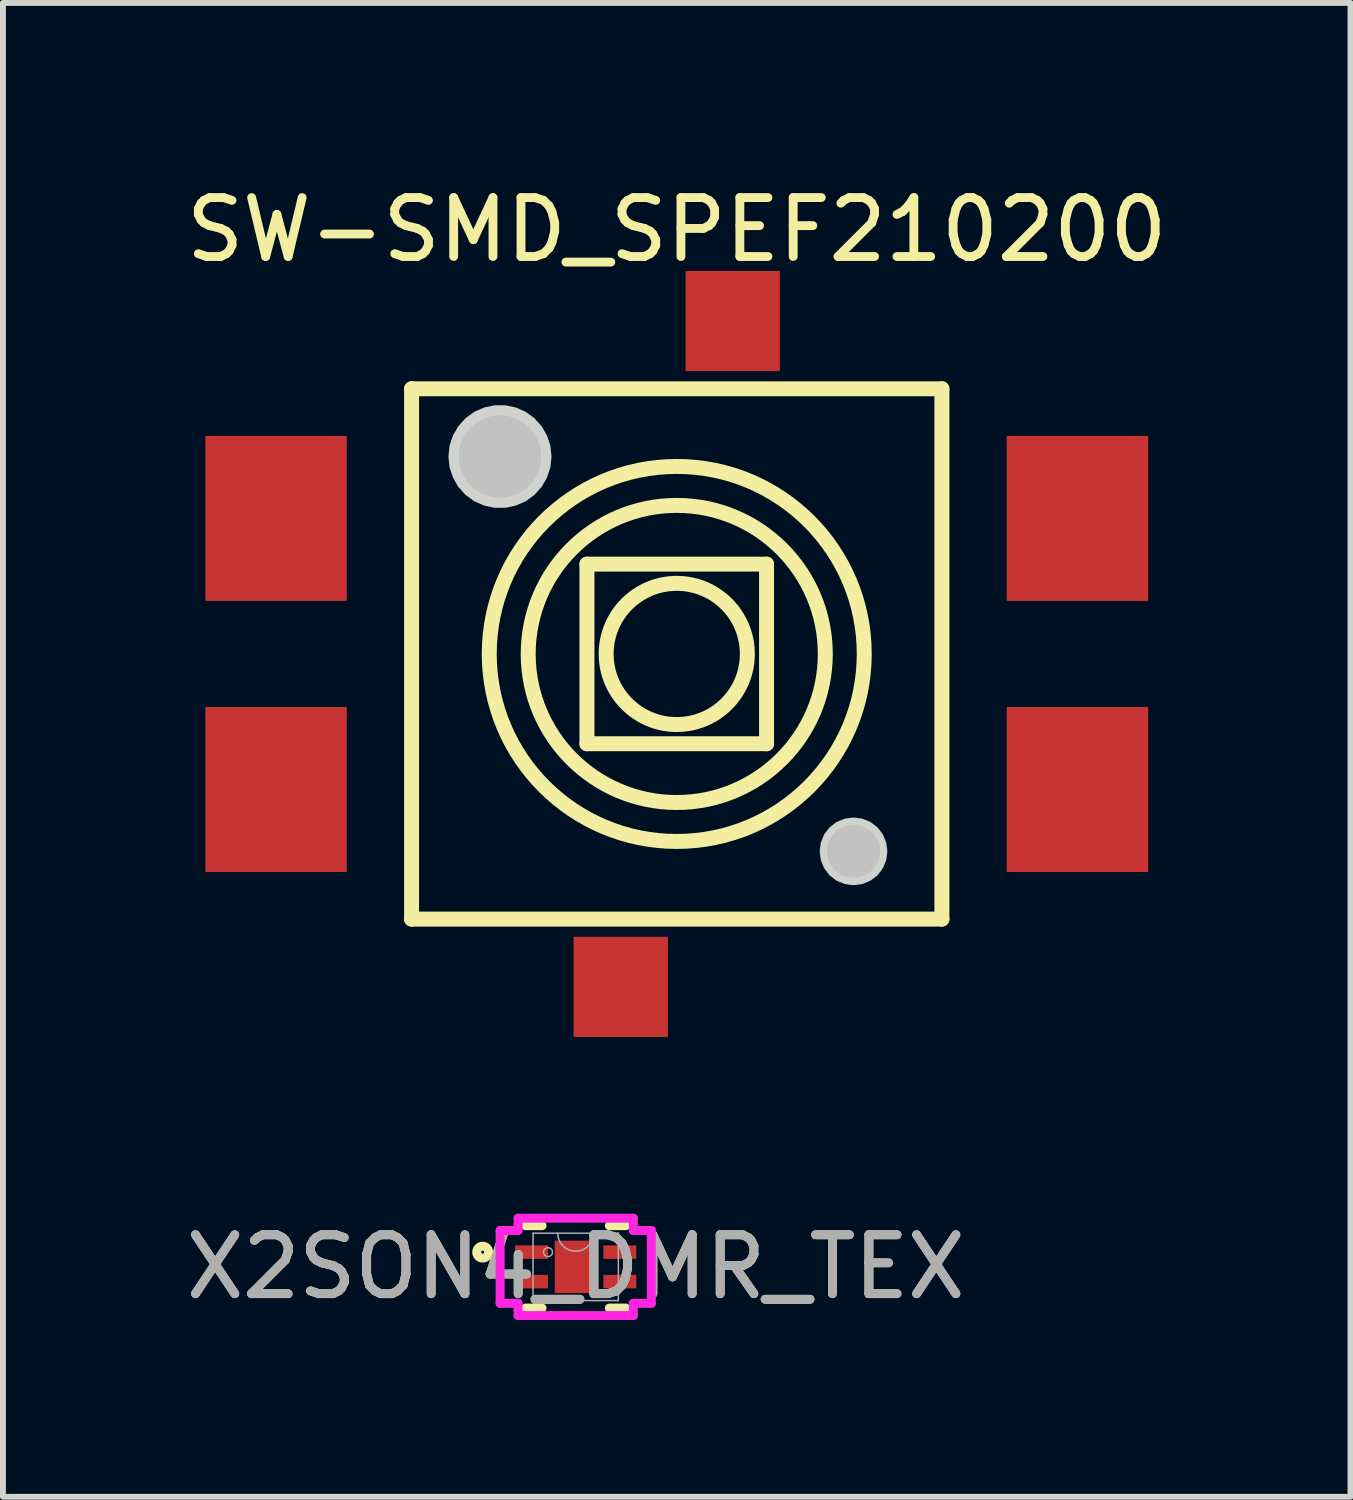
<source format=kicad_pcb>
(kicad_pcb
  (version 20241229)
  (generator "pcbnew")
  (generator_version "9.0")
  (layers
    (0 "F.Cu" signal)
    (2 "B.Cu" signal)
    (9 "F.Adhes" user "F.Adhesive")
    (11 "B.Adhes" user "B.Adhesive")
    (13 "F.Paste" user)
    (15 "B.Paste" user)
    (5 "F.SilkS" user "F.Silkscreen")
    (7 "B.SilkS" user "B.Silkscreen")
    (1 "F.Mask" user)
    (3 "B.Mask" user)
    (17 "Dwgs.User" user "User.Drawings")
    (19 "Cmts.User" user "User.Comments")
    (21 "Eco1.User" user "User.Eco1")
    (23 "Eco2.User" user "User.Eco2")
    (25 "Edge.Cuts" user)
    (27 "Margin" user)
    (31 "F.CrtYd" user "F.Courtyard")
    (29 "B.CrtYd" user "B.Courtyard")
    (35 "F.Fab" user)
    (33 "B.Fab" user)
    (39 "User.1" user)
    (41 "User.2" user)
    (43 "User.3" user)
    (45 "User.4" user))
  (footprint "X2SON4_DMR_TEX"
    (layer "F.Cu")
    (at 6.72 18.45)
    (property "Reference" "X2SON4_DMR_TEX" (at 0 0 0) (unlocked yes) (layer "F.SilkS") (effects (font (size 1 1) (thickness 0.15))))
    (attr smd)
    (fp_line (start -0.851 0.699) (end -0.571 0.699) (stroke (width 0.152) (type solid)) (layer "F.SilkS"))
    (fp_line (start -0.571 -0.699) (end -0.851 -0.699) (stroke (width 0.152) (type solid)) (layer "F.SilkS"))
    (fp_line (start 0.571 0.699) (end 0.851 0.699) (stroke (width 0.152) (type solid)) (layer "F.SilkS"))
    (fp_line (start 0.851 -0.699) (end 0.571 -0.699) (stroke (width 0.152) (type solid)) (layer "F.SilkS"))
    (fp_circle (center -1.579 -0.25) (end -1.478 -0.25) (stroke (width 0.152) (type solid)) (fill no) (layer "F.SilkS"))
    (fp_line (start -1.283 -0.618) (end -0.978 -0.618) (stroke (width 0.152) (type solid)) (layer "F.CrtYd"))
    (fp_line (start -1.283 0.618) (end -1.283 -0.618) (stroke (width 0.152) (type solid)) (layer "F.CrtYd"))
    (fp_line (start -1.283 0.618) (end -0.978 0.618) (stroke (width 0.152) (type solid)) (layer "F.CrtYd"))
    (fp_line (start -0.978 -0.826) (end 0.978 -0.826) (stroke (width 0.152) (type solid)) (layer "F.CrtYd"))
    (fp_line (start -0.978 -0.618) (end -0.978 -0.826) (stroke (width 0.152) (type solid)) (layer "F.CrtYd"))
    (fp_line (start -0.978 0.826) (end -0.978 0.618) (stroke (width 0.152) (type solid)) (layer "F.CrtYd"))
    (fp_line (start 0.978 -0.826) (end 0.978 -0.618) (stroke (width 0.152) (type solid)) (layer "F.CrtYd"))
    (fp_line (start 0.978 0.618) (end 0.978 0.826) (stroke (width 0.152) (type solid)) (layer "F.CrtYd"))
    (fp_line (start 0.978 0.826) (end -0.978 0.826) (stroke (width 0.152) (type solid)) (layer "F.CrtYd"))
    (fp_line (start 1.283 -0.618) (end 0.978 -0.618) (stroke (width 0.152) (type solid)) (layer "F.CrtYd"))
    (fp_line (start 1.283 -0.618) (end 1.283 0.618) (stroke (width 0.152) (type solid)) (layer "F.CrtYd"))
    (fp_line (start 1.283 0.618) (end 0.978 0.618) (stroke (width 0.152) (type solid)) (layer "F.CrtYd"))
    (fp_line (start -0.724 -0.572) (end -0.724 0.572) (stroke (width 0.025) (type solid)) (layer "F.Fab"))
    (fp_line (start -0.724 0.572) (end 0.724 0.572) (stroke (width 0.025) (type solid)) (layer "F.Fab"))
    (fp_line (start 0.724 -0.572) (end -0.724 -0.572) (stroke (width 0.025) (type solid)) (layer "F.Fab"))
    (fp_line (start 0.724 0.572) (end 0.724 -0.572) (stroke (width 0.025) (type solid)) (layer "F.Fab"))
    (fp_arc (start 0.3048 -0.5715) (mid 0 -0.2667) (end -0.3048 -0.5715) (stroke (width 0.0254) (type solid)) (layer "F.Fab"))
    (fp_circle (center -0.47 -0.25) (end -0.394 -0.25) (stroke (width 0.025) (type solid)) (fill no) (layer "F.Fab"))
    (fp_text user "${REFERENCE}" (at 0 0 0) (unlocked yes) (layer "F.Fab") (effects (font (size 1 1) (thickness 0.15))))
    (pad "1" smd rect (at -0.749 -0.25) (size 0.559 0.229) (layers "F.Cu" "F.Mask" "F.Paste"))
    (pad "2" smd rect (at 0.749 -0.25) (size 0.559 0.229) (layers "F.Cu" "F.Mask" "F.Paste"))
    (pad "3" smd rect (at 0.749 0.25) (size 0.559 0.229) (layers "F.Cu" "F.Mask" "F.Paste"))
    (pad "4" smd rect (at -0.749 0.25) (size 0.559 0.229) (layers "F.Cu" "F.Mask" "F.Paste"))
    (pad "5" smd rect (at 0 0) (size 0.711 0.889) (layers "F.Cu" "F.Mask" "F.Paste")))
  (footprint "SW-SMD_SPEF210200"
    (layer "F.Cu")
    (at 8.435 8.048)
    (property "Reference" "SW-SMD_SPEF210200" (at 0 -7.2 0) (layer "F.SilkS") (effects (font (size 1 1) (thickness 0.15))))
    (fp_line (start -4.5 -4.5) (end 4.5 -4.5) (stroke (width 0.254) (type default)) (layer "F.SilkS"))
    (fp_line (start -4.5 4.5) (end -4.5 -4.5) (stroke (width 0.254) (type default)) (layer "F.SilkS"))
    (fp_line (start -1.524 -1.524) (end 1.524 -1.524) (stroke (width 0.254) (type default)) (layer "F.SilkS"))
    (fp_line (start -1.524 1.524) (end -1.524 -1.524) (stroke (width 0.254) (type default)) (layer "F.SilkS"))
    (fp_line (start 1.524 -1.524) (end 1.524 1.524) (stroke (width 0.254) (type default)) (layer "F.SilkS"))
    (fp_line (start 1.524 1.524) (end -1.524 1.524) (stroke (width 0.254) (type default)) (layer "F.SilkS"))
    (fp_line (start 4.5 -4.5) (end 4.5 4.5) (stroke (width 0.254) (type default)) (layer "F.SilkS"))
    (fp_line (start 4.5 4.5) (end -4.5 4.5) (stroke (width 0.254) (type default)) (layer "F.SilkS"))
    (fp_circle (center 0 0) (end 1.198 0) (stroke (width 0.254) (type default)) (fill no) (layer "F.SilkS"))
    (fp_circle (center 0 0) (end 2.521 0) (stroke (width 0.254) (type default)) (fill no) (layer "F.SilkS"))
    (fp_circle (center 0 0) (end 3.182 0) (stroke (width 0.254) (type default)) (fill no) (layer "F.SilkS"))
    (fp_circle (center -3 -3.35) (end -2.65 -3.35) (stroke (width 0.7) (type default)) (fill no) (layer "Dwgs.User"))
    (fp_circle (center 3 3.35) (end 3.225 3.35) (stroke (width 0.45) (type default)) (fill no) (layer "Dwgs.User"))
    (fp_poly (pts (xy 3.575 3.35) (xy 3.555 3.201) (xy 3.498 3.062) (xy 3.407 2.943) (xy 3.288 2.852) (xy 3.149 2.795) (xy 3 2.775) (xy 2.851 2.795) (xy 2.712 2.852) (xy 2.593 2.943) (xy 2.502 3.062) (xy 2.445 3.201) (xy 2.425 3.35) (xy 2.445 3.499) (xy 2.502 3.638) (xy 2.593 3.757) (xy 2.712 3.848) (xy 2.851 3.905) (xy 3 3.925) (xy 3.149 3.905) (xy 3.288 3.848) (xy 3.407 3.757) (xy 3.498 3.638) (xy 3.555 3.499)) (stroke (width 0) (type default)) (fill yes) (layer "Edge.Cuts"))
    (fp_poly (pts (xy -2.125 -3.35) (xy -2.144 -3.532) (xy -2.201 -3.706) (xy -2.292 -3.864) (xy -2.415 -4) (xy -2.562 -4.108) (xy -2.73 -4.182) (xy -2.909 -4.22) (xy -3.091 -4.22) (xy -3.27 -4.182) (xy -3.438 -4.108) (xy -3.585 -4) (xy -3.708 -3.864) (xy -3.799 -3.706) (xy -3.856 -3.532) (xy -3.875 -3.35) (xy -3.856 -3.168) (xy -3.799 -2.994) (xy -3.708 -2.836) (xy -3.585 -2.7) (xy -3.438 -2.592) (xy -3.27 -2.518) (xy -3.091 -2.48) (xy -2.909 -2.48) (xy -2.73 -2.518) (xy -2.562 -2.592) (xy -2.415 -2.7) (xy -2.292 -2.836) (xy -2.201 -2.994) (xy -2.144 -3.168)) (stroke (width 0) (type default)) (fill yes) (layer "Edge.Cuts"))
    (fp_poly (pts (xy -6.8 -1.25) (xy -6.8 -3.35) (xy -5.8 -3.35) (xy -5.8 -1.25)) (stroke (width 0.1) (type default)) (fill no) (layer "User.1"))
    (fp_poly (pts (xy -6.8 3.35) (xy -6.8 1.25) (xy -5.8 1.25) (xy -5.8 3.35)) (stroke (width 0.1) (type default)) (fill no) (layer "User.1"))
    (fp_poly (pts (xy -5.81 -1.25) (xy -5.81 -3.35) (xy -4.69 -3.35) (xy -4.69 -1.25)) (stroke (width 0.1) (type default)) (fill no) (layer "User.1"))
    (fp_poly (pts (xy -5.81 3.35) (xy -5.81 1.25) (xy -4.69 1.25) (xy -4.69 3.35)) (stroke (width 0.1) (type default)) (fill no) (layer "User.1"))
    (fp_poly (pts (xy -1.55 4.86) (xy -1.55 4.49) (xy -0.35 4.49) (xy -0.35 4.86)) (stroke (width 0.1) (type default)) (fill no) (layer "User.1"))
    (fp_poly (pts (xy -1.55 5.65) (xy -1.55 4.85) (xy -0.35 4.85) (xy -0.35 5.65)) (stroke (width 0.1) (type default)) (fill no) (layer "User.1"))
    (fp_poly (pts (xy 0.35 -4.85) (xy 0.35 -5.65) (xy 1.55 -5.65) (xy 1.55 -4.85)) (stroke (width 0.1) (type default)) (fill no) (layer "User.1"))
    (fp_poly (pts (xy 0.35 -4.49) (xy 0.35 -4.86) (xy 1.55 -4.86) (xy 1.55 -4.49)) (stroke (width 0.1) (type default)) (fill no) (layer "User.1"))
    (fp_poly (pts (xy 4.69 -1.25) (xy 4.69 -3.35) (xy 5.81 -3.35) (xy 5.81 -1.25)) (stroke (width 0.1) (type default)) (fill no) (layer "User.1"))
    (fp_poly (pts (xy 4.69 3.35) (xy 4.69 1.25) (xy 5.81 1.25) (xy 5.81 3.35)) (stroke (width 0.1) (type default)) (fill no) (layer "User.1"))
    (fp_poly (pts (xy 5.8 -1.25) (xy 5.8 -3.35) (xy 6.8 -3.35) (xy 6.8 -1.25)) (stroke (width 0.1) (type default)) (fill no) (layer "User.1"))
    (fp_poly (pts (xy 5.8 3.35) (xy 5.8 1.25) (xy 6.8 1.25) (xy 6.8 3.35)) (stroke (width 0.1) (type default)) (fill no) (layer "User.1"))
    (fp_line (start -4.7 -4.5) (end 4.7 -4.5) (stroke (width 0.051) (type default)) (layer "User.2"))
    (fp_line (start -4.7 4.5) (end -4.7 -4.5) (stroke (width 0.051) (type default)) (layer "User.2"))
    (fp_line (start 4.7 -4.5) (end 4.7 4.5) (stroke (width 0.051) (type default)) (layer "User.2"))
    (fp_line (start 4.7 4.5) (end -4.7 4.5) (stroke (width 0.051) (type default)) (layer "User.2"))
    (fp_poly (pts (xy 6.86 -5.65) (xy 6.842 -5.692) (xy 6.8 -5.71) (xy 6.758 -5.692) (xy 6.74 -5.65) (xy 6.758 -5.608) (xy 6.8 -5.59) (xy 6.842 -5.608)) (stroke (width 0.1) (type default)) (fill no) (layer "User.3"))
    (pad "1" smd rect (at 6.8 -2.3 90) (size 2.8 2.4) (layers "F.Cu" "F.Mask" "F.Paste"))
    (pad "2" smd rect (at 6.8 2.3 90) (size 2.8 2.4) (layers "F.Cu" "F.Mask" "F.Paste"))
    (pad "3" smd rect (at 0.95 -5.65 90) (size 1.7 1.6) (layers "F.Cu" "F.Mask" "F.Paste"))
    (pad "4" smd rect (at -0.95 5.65 90) (size 1.7 1.6) (layers "F.Cu" "F.Mask" "F.Paste"))
    (pad "C" smd rect (at -6.8 -2.3 90) (size 2.8 2.4) (layers "F.Cu" "F.Mask" "F.Paste"))
    (pad "C" smd rect (at -6.8 2.3 90) (size 2.8 2.4) (layers "F.Cu" "F.Mask" "F.Paste")))
  (gr_rect
    (start -3 -3)
    (end 19.869 22.352)
    (stroke (width 0.1) (type default))
    (fill no)
    (layer "Edge.Cuts")))
</source>
